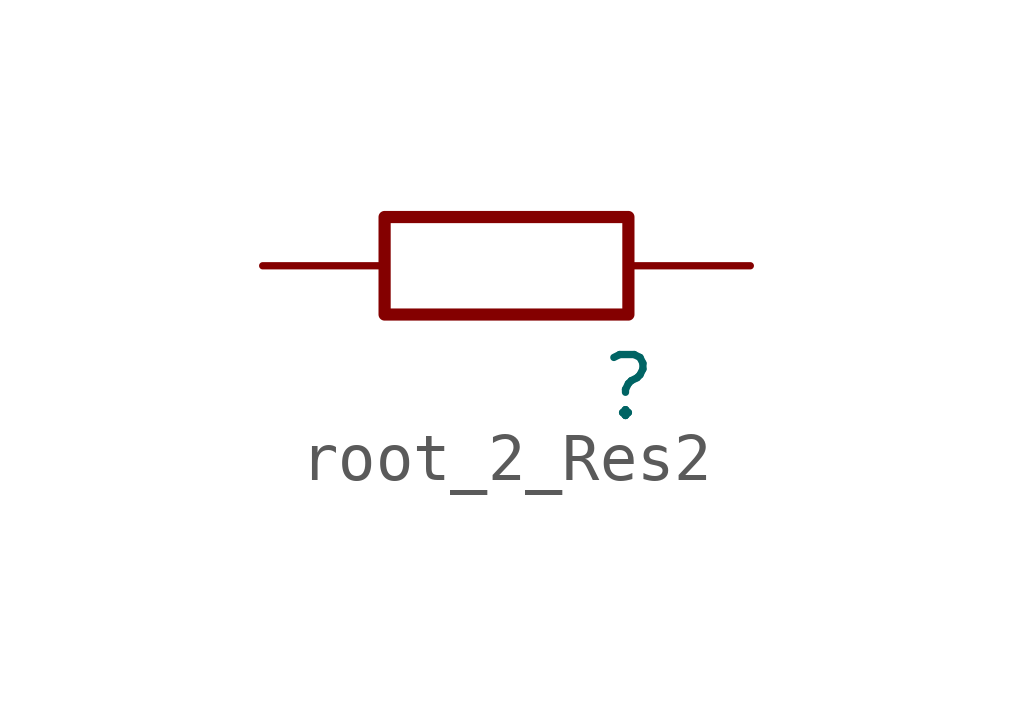
<source format=kicad_sym>
(kicad_symbol_lib
  (version 20241209)
  (generator "kicad_symbol_editor")
  (generator_version "9.0")
  (symbol "root_2_Res2"
    (property "Reference" ""
      (at 0 0 0)
      (effects (font (size 1.27 1.27))))
    (property "Value" ""
      (at 0 0 0)
      (effects (font (size 1.27 1.27))))
    (symbol "root_2_Res2_1_0"
      (rectangle (start 0 3.556) (end -5.08 1.524) (stroke (width 0.254) (type solid)) (fill (type none)))
      (pin passive line (at -7.62 2.54 0) (length 2.54) (name "2" (effects (font (size 0 0)))) (number "2" (effects (font (size 0 0)))))
      (pin passive line (at 2.54 2.54 180) (length 2.54) (name "1" (effects (font (size 0 0)))) (number "1" (effects (font (size 0 0))))))))
</source>
